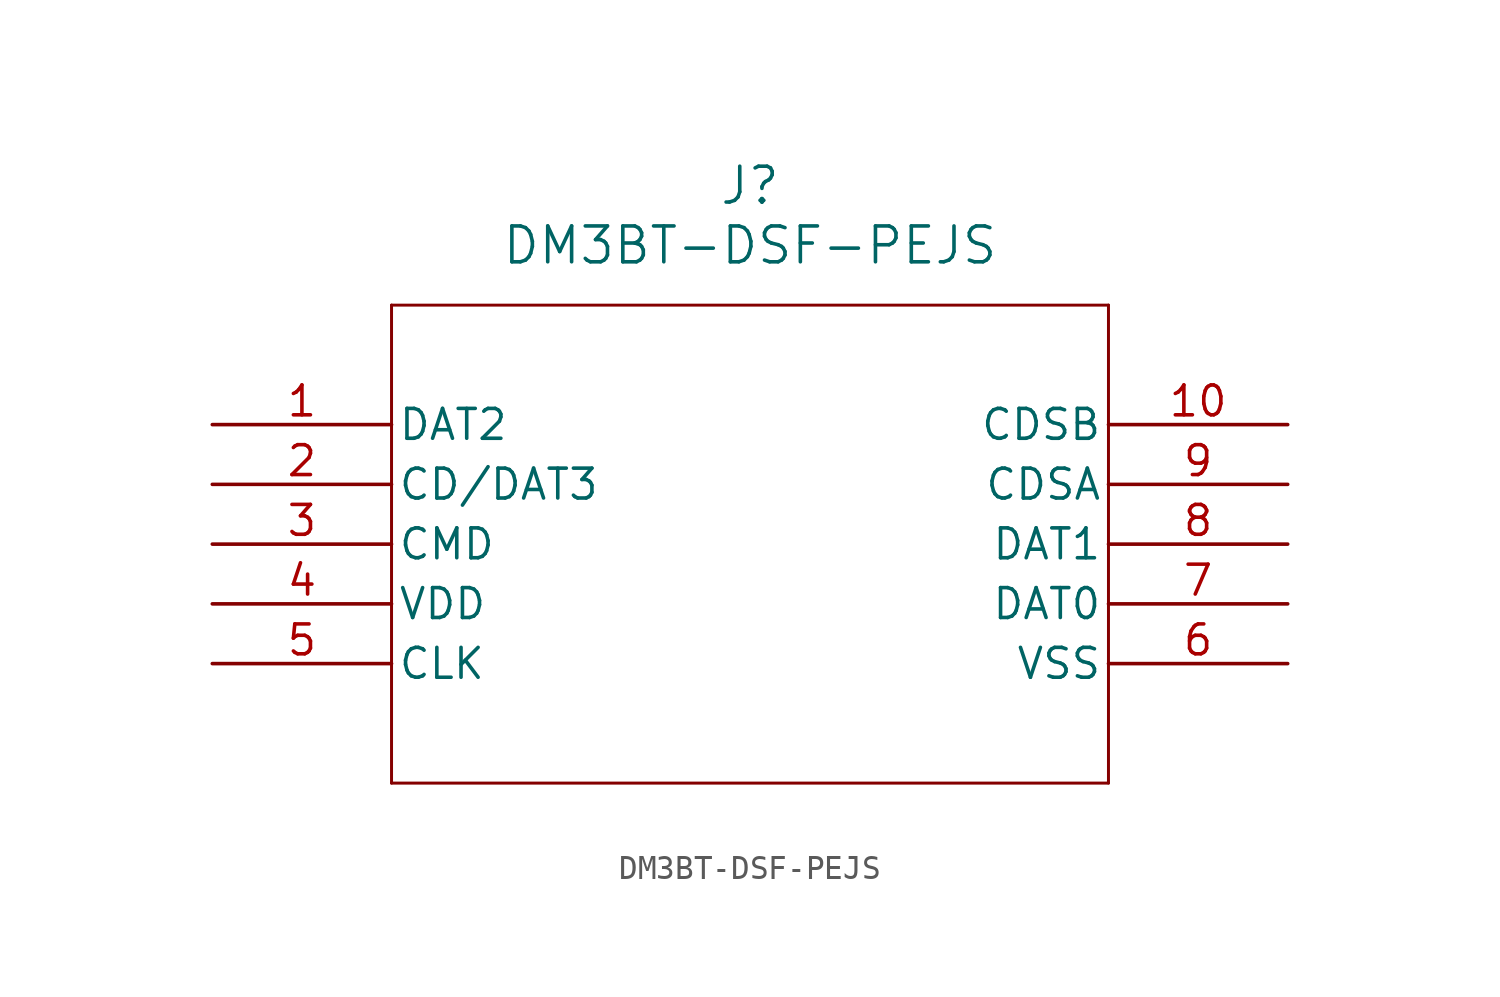
<source format=kicad_sym>
(kicad_symbol_lib
  (version 20211014)
  (generator kicad_symbol_editor)
  (symbol "DM3BT-DSF-PEJS"
    (pin_names
      (offset 0.254))
    (property "Reference" "J"
      (at 22.86 10.16 0)
      (effects (font (size 1.524 1.524))))
    (property "Value" "DM3BT-DSF-PEJS"
      (at 22.86 7.62 0)
      (effects (font (size 1.524 1.524))))
    (symbol "DM3BT-DSF-PEJS_0_1"
      (polyline (pts (xy 7.62 5.08) (xy 7.62 -15.24)) (stroke (width 0.127) (type default) (color 0 0 0 0)) (fill (type none)))
      (polyline (pts (xy 7.62 -15.24) (xy 38.1 -15.24)) (stroke (width 0.127) (type default) (color 0 0 0 0)) (fill (type none)))
      (polyline (pts (xy 38.1 -15.24) (xy 38.1 5.08)) (stroke (width 0.127) (type default) (color 0 0 0 0)) (fill (type none)))
      (polyline (pts (xy 38.1 5.08) (xy 7.62 5.08)) (stroke (width 0.127) (type default) (color 0 0 0 0)) (fill (type none)))
      (pin bidirectional line (at 0 0 0) (length 7.62) (name "DAT2" (effects (font (size 1.27 1.27)))) (number "1" (effects (font (size 1.27 1.27)))))
      (pin bidirectional line (at 0 -2.54 0) (length 7.62) (name "CD/DAT3" (effects (font (size 1.27 1.27)))) (number "2" (effects (font (size 1.27 1.27)))))
      (pin unspecified line (at 0 -5.08 0) (length 7.62) (name "CMD" (effects (font (size 1.27 1.27)))) (number "3" (effects (font (size 1.27 1.27)))))
      (pin power_in line (at 0 -7.62 0) (length 7.62) (name "VDD" (effects (font (size 1.27 1.27)))) (number "4" (effects (font (size 1.27 1.27)))))
      (pin unspecified line (at 0 -10.16 0) (length 7.62) (name "CLK" (effects (font (size 1.27 1.27)))) (number "5" (effects (font (size 1.27 1.27)))))
      (pin power_out line (at 45.72 -10.16 180) (length 7.62) (name "VSS" (effects (font (size 1.27 1.27)))) (number "6" (effects (font (size 1.27 1.27)))))
      (pin bidirectional line (at 45.72 -7.62 180) (length 7.62) (name "DAT0" (effects (font (size 1.27 1.27)))) (number "7" (effects (font (size 1.27 1.27)))))
      (pin bidirectional line (at 45.72 -5.08 180) (length 7.62) (name "DAT1" (effects (font (size 1.27 1.27)))) (number "8" (effects (font (size 1.27 1.27)))))
      (pin unspecified line (at 45.72 -2.54 180) (length 7.62) (name "CDSA" (effects (font (size 1.27 1.27)))) (number "9" (effects (font (size 1.27 1.27)))))
      (pin unspecified line (at 45.72 0 180) (length 7.62) (name "CDSB" (effects (font (size 1.27 1.27)))) (number "10" (effects (font (size 1.27 1.27))))))))
</source>
